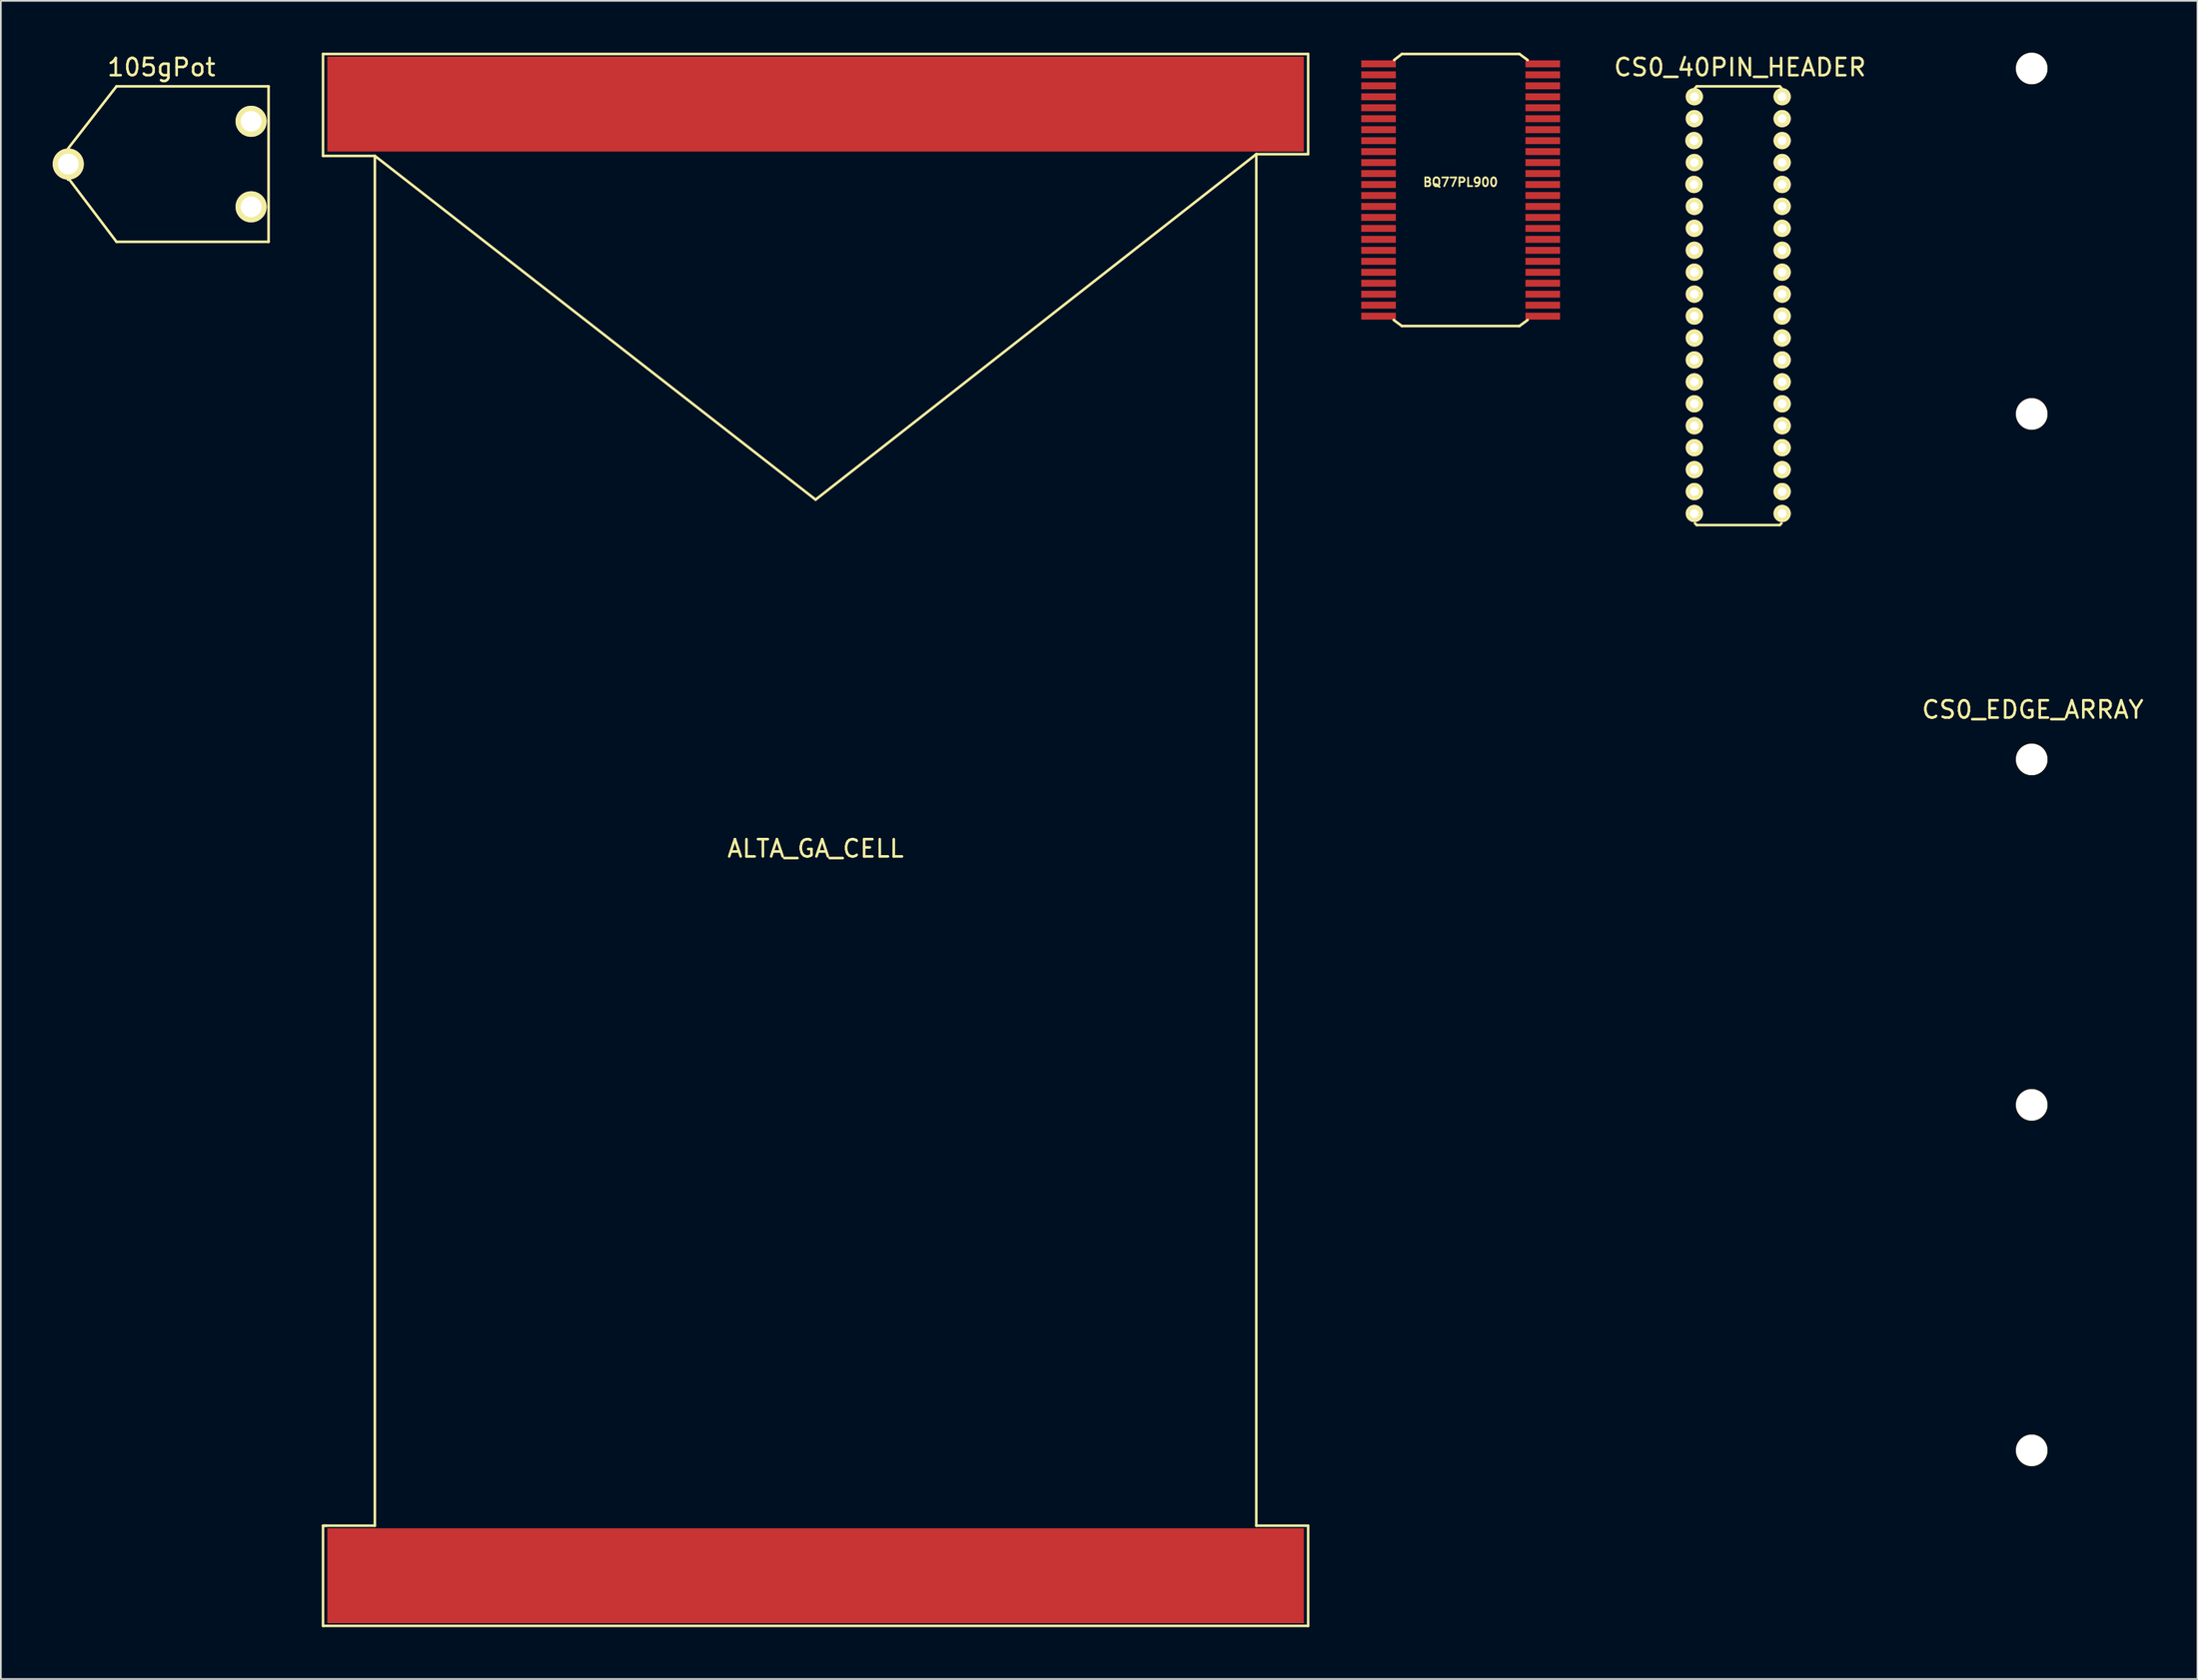
<source format=kicad_pcb>
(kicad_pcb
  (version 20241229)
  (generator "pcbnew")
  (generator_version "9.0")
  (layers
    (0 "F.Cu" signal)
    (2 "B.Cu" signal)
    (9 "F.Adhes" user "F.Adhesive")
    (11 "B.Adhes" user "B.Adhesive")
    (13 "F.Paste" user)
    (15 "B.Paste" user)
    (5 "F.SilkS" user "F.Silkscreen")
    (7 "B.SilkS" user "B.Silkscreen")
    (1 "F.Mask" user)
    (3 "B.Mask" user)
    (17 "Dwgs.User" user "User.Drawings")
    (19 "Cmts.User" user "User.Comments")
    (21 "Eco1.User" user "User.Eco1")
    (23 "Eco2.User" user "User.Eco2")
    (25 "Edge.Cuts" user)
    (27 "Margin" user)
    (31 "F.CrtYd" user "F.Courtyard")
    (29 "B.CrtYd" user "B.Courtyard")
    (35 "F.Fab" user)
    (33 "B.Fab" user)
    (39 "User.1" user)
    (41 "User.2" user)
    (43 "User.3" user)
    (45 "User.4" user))
  (footprint "BQ77PL900"
    (layer "F.Cu")
    (at 81.465 7.95)
    (property "Reference" "BQ77PL900" (at -0.01 -0.452 0) (layer "F.SilkS") (effects (font (size 0.5 0.5) (thickness 0.1))))
    (attr through_hole)
    (fp_line (start -3.4 -7.875) (end -3.85 -7.525) (stroke (width 0.15) (type solid)) (layer "F.SilkS"))
    (fp_line (start -3.4 7.875) (end -3.875 7.525) (stroke (width 0.15) (type solid)) (layer "F.SilkS"))
    (fp_line (start 3.4 -7.875) (end -3.4 -7.875) (stroke (width 0.15) (type solid)) (layer "F.SilkS"))
    (fp_line (start 3.4 7.875) (end -3.4 7.875) (stroke (width 0.15) (type solid)) (layer "F.SilkS"))
    (fp_line (start 3.875 -7.525) (end 3.4 -7.875) (stroke (width 0.15) (type solid)) (layer "F.SilkS"))
    (fp_line (start 3.875 7.525) (end 3.4 7.875) (stroke (width 0.15) (type solid)) (layer "F.SilkS"))
    (pad "1" smd rect (at -4.75 -7.303) (size 2 0.4) (layers "F.Cu" "F.Mask" "F.Paste"))
    (pad "2" smd rect (at -4.75 -6.668) (size 2 0.4) (layers "F.Cu" "F.Mask" "F.Paste"))
    (pad "3" smd rect (at -4.75 -6.032) (size 2 0.4) (layers "F.Cu" "F.Mask" "F.Paste"))
    (pad "4" smd rect (at -4.75 -5.397) (size 2 0.4) (layers "F.Cu" "F.Mask" "F.Paste"))
    (pad "5" smd rect (at -4.75 -4.763) (size 2 0.4) (layers "F.Cu" "F.Mask" "F.Paste"))
    (pad "6" smd rect (at -4.75 -4.128) (size 2 0.4) (layers "F.Cu" "F.Mask" "F.Paste"))
    (pad "7" smd rect (at -4.75 -3.493) (size 2 0.4) (layers "F.Cu" "F.Mask" "F.Paste"))
    (pad "8" smd rect (at -4.75 -2.857) (size 2 0.4) (layers "F.Cu" "F.Mask" "F.Paste"))
    (pad "9" smd rect (at -4.75 -2.223) (size 2 0.4) (layers "F.Cu" "F.Mask" "F.Paste"))
    (pad "10" smd rect (at -4.75 -1.587) (size 2 0.4) (layers "F.Cu" "F.Mask" "F.Paste"))
    (pad "11" smd rect (at -4.75 -0.953) (size 2 0.4) (layers "F.Cu" "F.Mask" "F.Paste"))
    (pad "12" smd rect (at -4.75 -0.318) (size 2 0.4) (layers "F.Cu" "F.Mask" "F.Paste"))
    (pad "13" smd rect (at -4.75 0.318) (size 2 0.4) (layers "F.Cu" "F.Mask" "F.Paste"))
    (pad "14" smd rect (at -4.75 0.953) (size 2 0.4) (layers "F.Cu" "F.Mask" "F.Paste"))
    (pad "15" smd rect (at -4.75 1.587) (size 2 0.4) (layers "F.Cu" "F.Mask" "F.Paste"))
    (pad "16" smd rect (at -4.75 2.223) (size 2 0.4) (layers "F.Cu" "F.Mask" "F.Paste"))
    (pad "17" smd rect (at -4.75 2.857) (size 2 0.4) (layers "F.Cu" "F.Mask" "F.Paste"))
    (pad "18" smd rect (at -4.75 3.493) (size 2 0.4) (layers "F.Cu" "F.Mask" "F.Paste"))
    (pad "19" smd rect (at -4.75 4.128) (size 2 0.4) (layers "F.Cu" "F.Mask" "F.Paste"))
    (pad "20" smd rect (at -4.75 4.763) (size 2 0.4) (layers "F.Cu" "F.Mask" "F.Paste"))
    (pad "21" smd rect (at -4.75 5.397) (size 2 0.4) (layers "F.Cu" "F.Mask" "F.Paste"))
    (pad "22" smd rect (at -4.75 6.032) (size 2 0.4) (layers "F.Cu" "F.Mask" "F.Paste"))
    (pad "23" smd rect (at -4.75 6.668) (size 2 0.4) (layers "F.Cu" "F.Mask" "F.Paste"))
    (pad "24" smd rect (at -4.75 7.303) (size 2 0.4) (layers "F.Cu" "F.Mask" "F.Paste"))
    (pad "25" smd rect (at 4.75 7.303) (size 2 0.4) (layers "F.Cu" "F.Mask" "F.Paste"))
    (pad "26" smd rect (at 4.75 6.668) (size 2 0.4) (layers "F.Cu" "F.Mask" "F.Paste"))
    (pad "27" smd rect (at 4.75 6.032) (size 2 0.4) (layers "F.Cu" "F.Mask" "F.Paste"))
    (pad "28" smd rect (at 4.75 5.397) (size 2 0.4) (layers "F.Cu" "F.Mask" "F.Paste"))
    (pad "29" smd rect (at 4.75 4.763) (size 2 0.4) (layers "F.Cu" "F.Mask" "F.Paste"))
    (pad "30" smd rect (at 4.75 4.128) (size 2 0.4) (layers "F.Cu" "F.Mask" "F.Paste"))
    (pad "31" smd rect (at 4.75 3.493) (size 2 0.4) (layers "F.Cu" "F.Mask" "F.Paste"))
    (pad "32" smd rect (at 4.75 2.857) (size 2 0.4) (layers "F.Cu" "F.Mask" "F.Paste"))
    (pad "33" smd rect (at 4.75 2.223) (size 2 0.4) (layers "F.Cu" "F.Mask" "F.Paste"))
    (pad "34" smd rect (at 4.75 1.587) (size 2 0.4) (layers "F.Cu" "F.Mask" "F.Paste"))
    (pad "35" smd rect (at 4.75 0.953) (size 2 0.4) (layers "F.Cu" "F.Mask" "F.Paste"))
    (pad "36" smd rect (at 4.75 0.318) (size 2 0.4) (layers "F.Cu" "F.Mask" "F.Paste"))
    (pad "37" smd rect (at 4.75 -0.318) (size 2 0.4) (layers "F.Cu" "F.Mask" "F.Paste"))
    (pad "38" smd rect (at 4.75 -0.953) (size 2 0.4) (layers "F.Cu" "F.Mask" "F.Paste"))
    (pad "39" smd rect (at 4.75 -1.587) (size 2 0.4) (layers "F.Cu" "F.Mask" "F.Paste"))
    (pad "40" smd rect (at 4.75 -2.223) (size 2 0.4) (layers "F.Cu" "F.Mask" "F.Paste"))
    (pad "41" smd rect (at 4.75 -2.857) (size 2 0.4) (layers "F.Cu" "F.Mask" "F.Paste"))
    (pad "42" smd rect (at 4.75 -3.493) (size 2 0.4) (layers "F.Cu" "F.Mask" "F.Paste"))
    (pad "43" smd rect (at 4.75 -4.128) (size 2 0.4) (layers "F.Cu" "F.Mask" "F.Paste"))
    (pad "44" smd rect (at 4.75 -4.763) (size 2 0.4) (layers "F.Cu" "F.Mask" "F.Paste"))
    (pad "45" smd rect (at 4.75 -5.397) (size 2 0.4) (layers "F.Cu" "F.Mask" "F.Paste"))
    (pad "46" smd rect (at 4.75 -6.032) (size 2 0.4) (layers "F.Cu" "F.Mask" "F.Paste"))
    (pad "47" smd rect (at 4.75 -6.668) (size 2 0.4) (layers "F.Cu" "F.Mask" "F.Paste"))
    (pad "48" smd rect (at 4.75 -7.303) (size 2 0.4) (layers "F.Cu" "F.Mask" "F.Paste")))
  (footprint "CS0_EDGE_ARRAY"
    (layer "F.Cu")
    (at 114.506 40.915)
    (property "Reference" "CS0_EDGE_ARRAY" (at 0.06 -2.88 0) (layer "F.SilkS") (effects (font (size 1 1) (thickness 0.15))))
    (attr through_hole)
    (pad "~" thru_hole circle (at 0 -40) (size 1.83 1.83) (drill 1.78) (layers "*.Cu" "*.Mask" "F.SilkS"))
    (pad "~1" thru_hole circle (at 0 -20) (size 1.83 1.83) (drill 1.78) (layers "*.Cu" "*.Mask" "F.SilkS"))
    (pad "~2" thru_hole circle (at 0 0) (size 1.83 1.83) (drill 1.78) (layers "*.Cu" "*.Mask" "F.SilkS"))
    (pad "~3" thru_hole circle (at 0 20) (size 1.83 1.83) (drill 1.78) (layers "*.Cu" "*.Mask" "F.SilkS"))
    (pad "~4" thru_hole circle (at 0 40) (size 1.83 1.83) (drill 1.78) (layers "*.Cu" "*.Mask" "F.SilkS")))
  (footprint "105gPot"
    (layer "F.Cu")
    (at 6.19 6.448)
    (property "Reference" "105gPot" (at 0.1 -5.6 0) (layer "F.SilkS") (effects (font (size 1 1) (thickness 0.15))))
    (attr through_hole)
    (fp_line (start -5.3 0.8) (end -5.3 0.9) (stroke (width 0.15) (type solid)) (layer "F.SilkS"))
    (fp_line (start -5.3 0.8) (end -5.3 0.9) (stroke (width 0.15) (type solid)) (layer "F.SilkS"))
    (fp_line (start -2.5 -4.5) (end -5.3 -0.9) (stroke (width 0.15) (type solid)) (layer "F.SilkS"))
    (fp_line (start -2.5 -4.5) (end 6.3 -4.5) (stroke (width 0.15) (type solid)) (layer "F.SilkS"))
    (fp_line (start -2.5 4.5) (end -5.3 0.8) (stroke (width 0.15) (type solid)) (layer "F.SilkS"))
    (fp_line (start -2.5 4.5) (end 6.3 4.5) (stroke (width 0.15) (type solid)) (layer "F.SilkS"))
    (fp_line (start 6.3 -4.5) (end 6.3 4.5) (stroke (width 0.15) (type solid)) (layer "F.SilkS"))
    (pad "1" thru_hole circle (at 5.29 2.475) (size 1.8 1.8) (drill 1.2) (layers "*.Cu" "*.Mask" "F.SilkS"))
    (pad "2" thru_hole circle (at -5.29 0) (size 1.8 1.8) (drill 1.2) (layers "*.Cu" "*.Mask" "F.SilkS"))
    (pad "3" thru_hole circle (at 5.29 -2.475) (size 1.8 1.8) (drill 1.2) (layers "*.Cu" "*.Mask" "F.SilkS")))
  (footprint "ALTA_GA_CELL"
    (layer "F.Cu")
    (at 44.14 45.575)
    (property "Reference" "ALTA_GA_CELL" (at 0 0.5 0) (layer "F.SilkS") (effects (font (size 1 1) (thickness 0.15))))
    (attr through_hole)
    (fp_line (start -28.5 -45.5) (end -28.5 -39.6) (stroke (width 0.15) (type solid)) (layer "F.SilkS"))
    (fp_line (start -28.5 -45.5) (end 28.5 -45.5) (stroke (width 0.15) (type solid)) (layer "F.SilkS"))
    (fp_line (start -28.5 39.7) (end -28.3 39.7) (stroke (width 0.15) (type solid)) (layer "F.SilkS"))
    (fp_line (start -28.5 45.5) (end -28.5 39.7) (stroke (width 0.15) (type solid)) (layer "F.SilkS"))
    (fp_line (start -28.5 45.5) (end 28.5 45.5) (stroke (width 0.15) (type solid)) (layer "F.SilkS"))
    (fp_line (start -25.5 -39.6) (end -28.5 -39.6) (stroke (width 0.15) (type solid)) (layer "F.SilkS"))
    (fp_line (start -25.5 -39.6) (end 0 -19.7) (stroke (width 0.15) (type solid)) (layer "F.SilkS"))
    (fp_line (start -25.5 39.7) (end -28.4 39.7) (stroke (width 0.15) (type solid)) (layer "F.SilkS"))
    (fp_line (start -25.5 39.7) (end -25.5 -39.6) (stroke (width 0.15) (type solid)) (layer "F.SilkS"))
    (fp_line (start 0 -19.7) (end 25.5 -39.7) (stroke (width 0.15) (type solid)) (layer "F.SilkS"))
    (fp_line (start 25.5 -39.7) (end 25.5 39.7) (stroke (width 0.15) (type solid)) (layer "F.SilkS"))
    (fp_line (start 25.5 39.7) (end 28.5 39.7) (stroke (width 0.15) (type solid)) (layer "F.SilkS"))
    (fp_line (start 28.5 -39.7) (end 25.5 -39.7) (stroke (width 0.15) (type solid)) (layer "F.SilkS"))
    (fp_line (start 28.5 -39.7) (end 28.5 -45.5) (stroke (width 0.15) (type solid)) (layer "F.SilkS"))
    (fp_line (start 28.5 45.5) (end 28.5 39.7) (stroke (width 0.15) (type solid)) (layer "F.SilkS"))
    (pad "1" smd rect (at 0 42.6) (size 56.5 5.5) (layers "F.Cu" "F.Mask" "F.Paste"))
    (pad "2" smd rect (at 0 -42.6) (size 56.5 5.5) (layers "F.Cu" "F.Mask" "F.Paste")))
  (footprint "CS0_40PIN_HEADER"
    (layer "F.Cu")
    (at 97.526 15.248)
    (property "Reference" "CS0_40PIN_HEADER" (at 0.1 -14.4 0) (layer "F.SilkS") (effects (font (size 1 1) (thickness 0.15))))
    (attr through_hole)
    (fp_line (start -2.5 -13.2) (end -2.4 -13.3) (stroke (width 0.15) (type solid)) (layer "F.SilkS"))
    (fp_line (start -2.4 -13.3) (end 2.4 -13.3) (stroke (width 0.15) (type solid)) (layer "F.SilkS"))
    (fp_line (start -2.4 12.1) (end -2.5 12) (stroke (width 0.15) (type solid)) (layer "F.SilkS"))
    (fp_line (start 2.4 -13.3) (end 2.5 -13.2) (stroke (width 0.15) (type solid)) (layer "F.SilkS"))
    (fp_line (start 2.4 12.1) (end -2.4 12.1) (stroke (width 0.15) (type solid)) (layer "F.SilkS"))
    (fp_line (start 2.5 12) (end 2.4 12.1) (stroke (width 0.15) (type solid)) (layer "F.SilkS"))
    (pad "1" thru_hole circle (at -2.54 -12.7) (size 1 1) (drill 0.5) (layers "*.Cu" "*.Mask" "F.SilkS"))
    (pad "2" thru_hole circle (at 2.54 -12.7) (size 1 1) (drill 0.5) (layers "*.Cu" "*.Mask" "F.SilkS"))
    (pad "3" thru_hole circle (at -2.54 -11.43) (size 1 1) (drill 0.5) (layers "*.Cu" "*.Mask" "F.SilkS"))
    (pad "4" thru_hole circle (at 2.54 -11.43) (size 1 1) (drill 0.5) (layers "*.Cu" "*.Mask" "F.SilkS"))
    (pad "5" thru_hole circle (at -2.56 -10.16) (size 1 1) (drill 0.5) (layers "*.Cu" "*.Mask" "F.SilkS"))
    (pad "6" thru_hole circle (at 2.54 -10.16) (size 1 1) (drill 0.5) (layers "*.Cu" "*.Mask" "F.SilkS"))
    (pad "7" thru_hole circle (at -2.54 -8.89) (size 1 1) (drill 0.5) (layers "*.Cu" "*.Mask" "F.SilkS"))
    (pad "8" thru_hole circle (at 2.54 -8.89) (size 1 1) (drill 0.5) (layers "*.Cu" "*.Mask" "F.SilkS"))
    (pad "9" thru_hole circle (at -2.56 -7.62) (size 1 1) (drill 0.5) (layers "*.Cu" "*.Mask" "F.SilkS"))
    (pad "10" thru_hole circle (at 2.54 -7.62) (size 1 1) (drill 0.5) (layers "*.Cu" "*.Mask" "F.SilkS"))
    (pad "11" thru_hole circle (at -2.54 -6.35) (size 1 1) (drill 0.5) (layers "*.Cu" "*.Mask" "F.SilkS"))
    (pad "12" thru_hole circle (at 2.54 -6.35) (size 1 1) (drill 0.5) (layers "*.Cu" "*.Mask" "F.SilkS"))
    (pad "13" thru_hole circle (at -2.54 -5.08) (size 1 1) (drill 0.5) (layers "*.Cu" "*.Mask" "F.SilkS"))
    (pad "14" thru_hole circle (at 2.54 -5.08) (size 1 1) (drill 0.5) (layers "*.Cu" "*.Mask" "F.SilkS"))
    (pad "15" thru_hole circle (at -2.54 -3.81) (size 1 1) (drill 0.5) (layers "*.Cu" "*.Mask" "F.SilkS"))
    (pad "16" thru_hole circle (at 2.54 -3.81) (size 1 1) (drill 0.5) (layers "*.Cu" "*.Mask" "F.SilkS"))
    (pad "17" thru_hole circle (at -2.54 -2.54) (size 1 1) (drill 0.5) (layers "*.Cu" "*.Mask" "F.SilkS"))
    (pad "18" thru_hole circle (at 2.54 -2.54) (size 1 1) (drill 0.5) (layers "*.Cu" "*.Mask" "F.SilkS"))
    (pad "19" thru_hole circle (at -2.54 -1.27) (size 1 1) (drill 0.5) (layers "*.Cu" "*.Mask" "F.SilkS"))
    (pad "20" thru_hole circle (at 2.54 -1.27) (size 1 1) (drill 0.5) (layers "*.Cu" "*.Mask" "F.SilkS"))
    (pad "21" thru_hole circle (at -2.54 0) (size 1 1) (drill 0.5) (layers "*.Cu" "*.Mask" "F.SilkS"))
    (pad "22" thru_hole circle (at 2.54 0) (size 1 1) (drill 0.5) (layers "*.Cu" "*.Mask" "F.SilkS"))
    (pad "23" thru_hole circle (at -2.54 1.27) (size 1 1) (drill 0.5) (layers "*.Cu" "*.Mask" "F.SilkS"))
    (pad "24" thru_hole circle (at 2.54 1.27) (size 1 1) (drill 0.5) (layers "*.Cu" "*.Mask" "F.SilkS"))
    (pad "25" thru_hole circle (at -2.54 2.54) (size 1 1) (drill 0.5) (layers "*.Cu" "*.Mask" "F.SilkS"))
    (pad "26" thru_hole circle (at 2.54 2.54) (size 1 1) (drill 0.5) (layers "*.Cu" "*.Mask" "F.SilkS"))
    (pad "27" thru_hole circle (at -2.54 3.81) (size 1 1) (drill 0.5) (layers "*.Cu" "*.Mask" "F.SilkS"))
    (pad "28" thru_hole circle (at 2.54 3.81) (size 1 1) (drill 0.5) (layers "*.Cu" "*.Mask" "F.SilkS"))
    (pad "29" thru_hole circle (at -2.54 5.08) (size 1 1) (drill 0.5) (layers "*.Cu" "*.Mask" "F.SilkS"))
    (pad "30" thru_hole circle (at 2.54 5.08) (size 1 1) (drill 0.5) (layers "*.Cu" "*.Mask" "F.SilkS"))
    (pad "31" thru_hole circle (at -2.54 6.35) (size 1 1) (drill 0.5) (layers "*.Cu" "*.Mask" "F.SilkS"))
    (pad "32" thru_hole circle (at 2.54 6.35) (size 1 1) (drill 0.5) (layers "*.Cu" "*.Mask" "F.SilkS"))
    (pad "33" thru_hole circle (at -2.54 7.62) (size 1 1) (drill 0.5) (layers "*.Cu" "*.Mask" "F.SilkS"))
    (pad "34" thru_hole circle (at 2.54 7.62) (size 1 1) (drill 0.5) (layers "*.Cu" "*.Mask" "F.SilkS"))
    (pad "35" thru_hole circle (at -2.54 8.89) (size 1 1) (drill 0.5) (layers "*.Cu" "*.Mask" "F.SilkS"))
    (pad "36" thru_hole circle (at 2.54 8.89) (size 1 1) (drill 0.5) (layers "*.Cu" "*.Mask" "F.SilkS"))
    (pad "37" thru_hole circle (at -2.54 10.16) (size 1 1) (drill 0.5) (layers "*.Cu" "*.Mask" "F.SilkS"))
    (pad "38" thru_hole circle (at 2.54 10.16) (size 1 1) (drill 0.5) (layers "*.Cu" "*.Mask" "F.SilkS"))
    (pad "39" thru_hole circle (at -2.54 11.43) (size 1 1) (drill 0.5) (layers "*.Cu" "*.Mask" "F.SilkS"))
    (pad "40" thru_hole circle (at 2.54 11.43) (size 1 1) (drill 0.5) (layers "*.Cu" "*.Mask" "F.SilkS")))
  (gr_rect
    (start -3 -3)
    (end 124.096 94.15)
    (stroke (width 0.1) (type default))
    (fill no)
    (layer "Edge.Cuts")))
</source>
